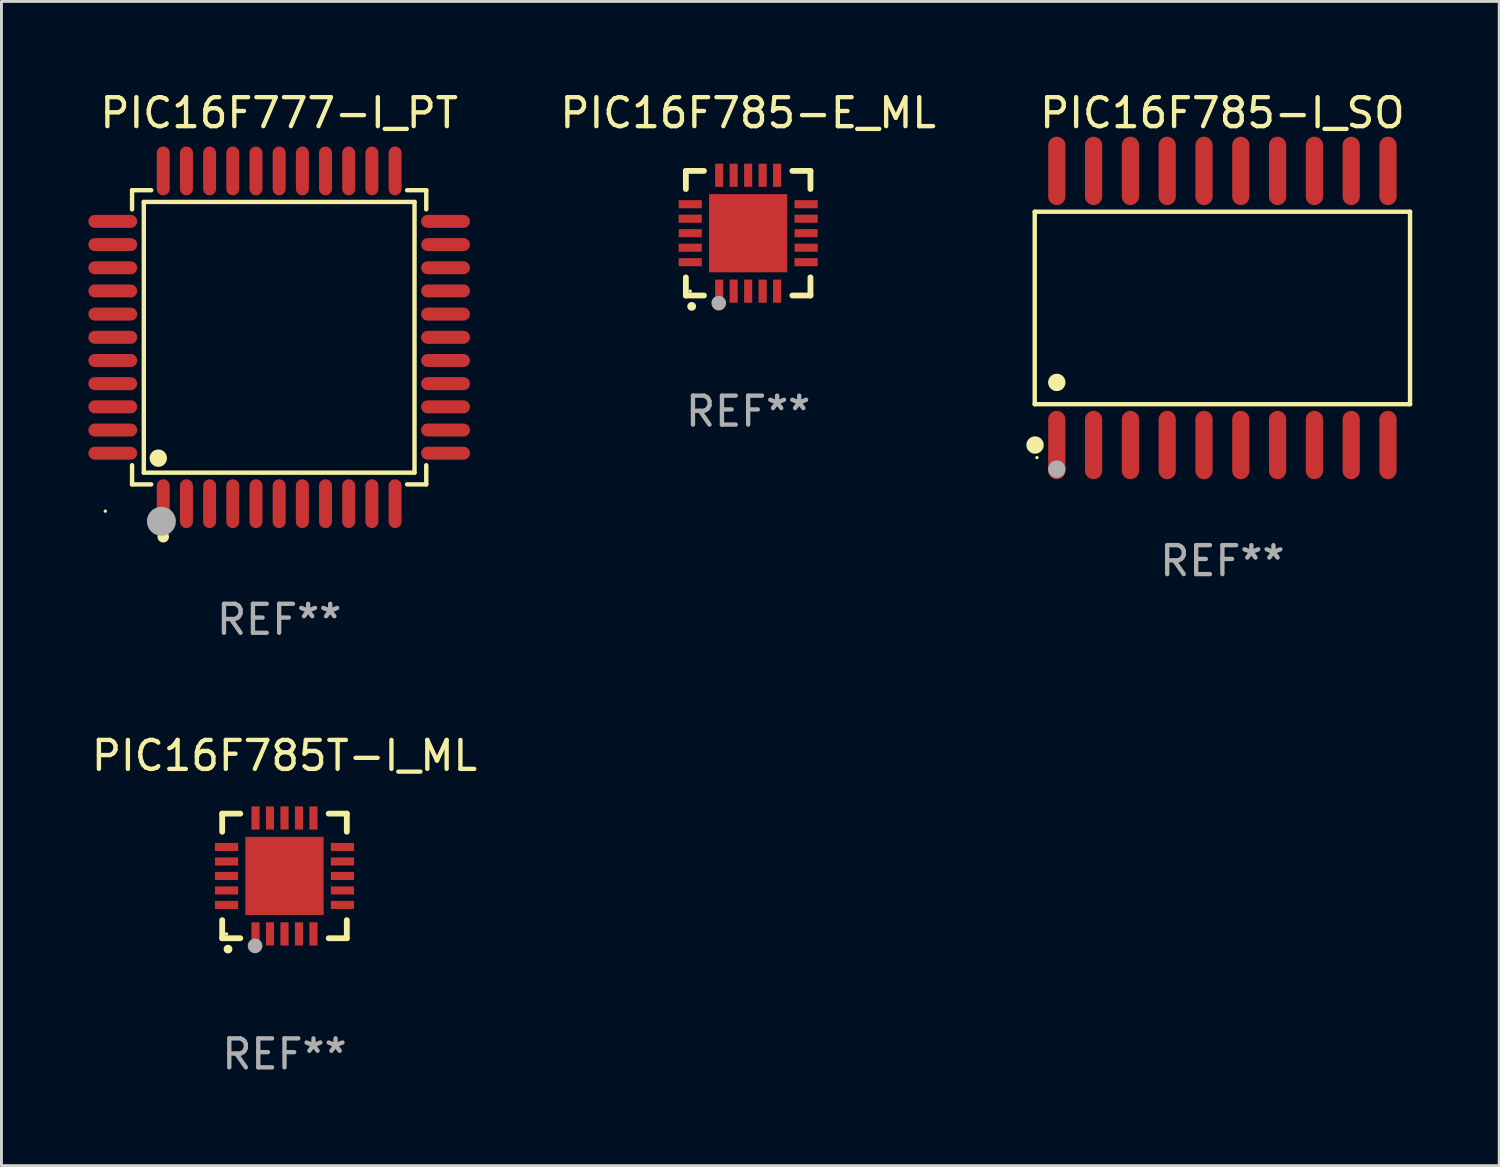
<source format=kicad_pcb>
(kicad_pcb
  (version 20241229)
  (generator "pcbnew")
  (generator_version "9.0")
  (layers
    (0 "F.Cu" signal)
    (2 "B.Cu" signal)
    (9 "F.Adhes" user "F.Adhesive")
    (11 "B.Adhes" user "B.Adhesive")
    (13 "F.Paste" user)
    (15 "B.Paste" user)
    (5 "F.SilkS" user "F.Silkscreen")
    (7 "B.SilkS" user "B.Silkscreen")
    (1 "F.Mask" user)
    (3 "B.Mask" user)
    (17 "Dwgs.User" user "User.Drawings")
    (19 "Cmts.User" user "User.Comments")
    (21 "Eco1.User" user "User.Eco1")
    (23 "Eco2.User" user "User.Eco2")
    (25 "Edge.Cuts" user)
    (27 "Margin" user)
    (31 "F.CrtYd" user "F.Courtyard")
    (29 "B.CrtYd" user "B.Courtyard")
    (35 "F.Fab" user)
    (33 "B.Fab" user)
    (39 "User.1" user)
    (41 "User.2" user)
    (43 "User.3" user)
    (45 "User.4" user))
  (footprint "PIC16F785-E_ML"
    (layer "F.Cu")
    (at 22.769 4.998)
    (property "Reference" "PIC16F785-E_ML" (at 0 -4.15 0) (layer "F.SilkS") (effects (font (size 1 1) (thickness 0.15))))
    (attr through_hole)
    (fp_line (start -2.15 -2.15) (end -2.15 -1.525) (stroke (width 0.2) (type solid)) (layer "F.SilkS"))
    (fp_line (start -2.15 2.15) (end -2.15 1.525) (stroke (width 0.2) (type solid)) (layer "F.SilkS"))
    (fp_line (start -1.525 -2.15) (end -2.15 -2.15) (stroke (width 0.2) (type solid)) (layer "F.SilkS"))
    (fp_line (start -1.525 2.15) (end -2.15 2.15) (stroke (width 0.2) (type solid)) (layer "F.SilkS"))
    (fp_line (start 1.525 2.15) (end 2.15 2.15) (stroke (width 0.2) (type solid)) (layer "F.SilkS"))
    (fp_line (start 2.15 -2.15) (end 1.525 -2.15) (stroke (width 0.2) (type solid)) (layer "F.SilkS"))
    (fp_line (start 2.15 -1.525) (end 2.15 -2.15) (stroke (width 0.2) (type solid)) (layer "F.SilkS"))
    (fp_line (start 2.15 2.15) (end 2.15 1.525) (stroke (width 0.2) (type solid)) (layer "F.SilkS"))
    (fp_arc (start -1.950724 2.524765) (mid -1.949454 2.52476) (end -1.948184 2.524765) (stroke (width 0.3) (type solid)) (layer "F.SilkS"))
    (fp_circle (center -2 2) (end -1.97 2) (stroke (width 0.06) (type solid)) (fill no) (layer "F.SilkS"))
    (fp_circle (center -1.016 2.413) (end -0.889 2.413) (stroke (width 0.254) (type solid)) (fill no) (layer "F.Fab"))
    (fp_text user "REF**" (at 0 6.15 0) (layer "F.Fab") (effects (font (size 1 1) (thickness 0.15))))
    (pad "1" smd rect (at -1 2) (size 0.28 0.8) (layers "F.Cu" "F.Mask" "F.Paste"))
    (pad "2" smd rect (at -0.5 2) (size 0.28 0.8) (layers "F.Cu" "F.Mask" "F.Paste"))
    (pad "3" smd rect (at 0 2) (size 0.28 0.8) (layers "F.Cu" "F.Mask" "F.Paste"))
    (pad "4" smd rect (at 0.5 2) (size 0.28 0.8) (layers "F.Cu" "F.Mask" "F.Paste"))
    (pad "5" smd rect (at 1 2) (size 0.28 0.8) (layers "F.Cu" "F.Mask" "F.Paste"))
    (pad "6" smd rect (at 2 1) (size 0.8 0.28) (layers "F.Cu" "F.Mask" "F.Paste"))
    (pad "7" smd rect (at 2 0.5) (size 0.8 0.28) (layers "F.Cu" "F.Mask" "F.Paste"))
    (pad "8" smd rect (at 2 0) (size 0.8 0.28) (layers "F.Cu" "F.Mask" "F.Paste"))
    (pad "9" smd rect (at 2 -0.5) (size 0.8 0.28) (layers "F.Cu" "F.Mask" "F.Paste"))
    (pad "10" smd rect (at 2 -1) (size 0.8 0.28) (layers "F.Cu" "F.Mask" "F.Paste"))
    (pad "11" smd rect (at 1 -2) (size 0.28 0.8) (layers "F.Cu" "F.Mask" "F.Paste"))
    (pad "12" smd rect (at 0.5 -2) (size 0.28 0.8) (layers "F.Cu" "F.Mask" "F.Paste"))
    (pad "13" smd rect (at 0 -2) (size 0.28 0.8) (layers "F.Cu" "F.Mask" "F.Paste"))
    (pad "14" smd rect (at -0.5 -2) (size 0.28 0.8) (layers "F.Cu" "F.Mask" "F.Paste"))
    (pad "15" smd rect (at -1 -2) (size 0.28 0.8) (layers "F.Cu" "F.Mask" "F.Paste"))
    (pad "16" smd rect (at -2 -1) (size 0.8 0.28) (layers "F.Cu" "F.Mask" "F.Paste"))
    (pad "17" smd rect (at -2 -0.5) (size 0.8 0.28) (layers "F.Cu" "F.Mask" "F.Paste"))
    (pad "18" smd rect (at -2 0) (size 0.8 0.28) (layers "F.Cu" "F.Mask" "F.Paste"))
    (pad "19" smd rect (at -2 0.5) (size 0.8 0.28) (layers "F.Cu" "F.Mask" "F.Paste"))
    (pad "20" smd rect (at -2 1) (size 0.8 0.28) (layers "F.Cu" "F.Mask" "F.Paste"))
    (pad "21" smd rect (at 0 0) (size 2.7 2.7) (layers "F.Cu" "F.Mask" "F.Paste")))
  (footprint "PIC16F785-I_SO"
    (layer "F.Cu")
    (at 39.135 7.578)
    (property "Reference" "PIC16F785-I_SO" (at 0 -6.73 0) (layer "F.SilkS") (effects (font (size 1 1) (thickness 0.15))))
    (attr through_hole)
    (fp_line (start -6.476 -3.321) (end 6.476 -3.321) (stroke (width 0.152) (type solid)) (layer "F.SilkS"))
    (fp_line (start -6.476 3.321) (end -6.476 -3.321) (stroke (width 0.152) (type solid)) (layer "F.SilkS"))
    (fp_line (start 6.476 -3.321) (end 6.476 3.321) (stroke (width 0.152) (type solid)) (layer "F.SilkS"))
    (fp_line (start 6.476 3.321) (end -6.476 3.321) (stroke (width 0.152) (type solid)) (layer "F.SilkS"))
    (fp_circle (center -6.465 4.73) (end -6.315 4.73) (stroke (width 0.3) (type solid)) (fill no) (layer "F.SilkS"))
    (fp_circle (center -6.4 5.163) (end -6.37 5.163) (stroke (width 0.06) (type solid)) (fill no) (layer "F.SilkS"))
    (fp_circle (center -5.715 2.569) (end -5.565 2.569) (stroke (width 0.3) (type solid)) (fill no) (layer "F.SilkS"))
    (fp_circle (center -5.715 5.563) (end -5.565 5.563) (stroke (width 0.3) (type solid)) (fill no) (layer "F.Fab"))
    (fp_text user "REF**" (at 0 8.73 0) (layer "F.Fab") (effects (font (size 1 1) (thickness 0.15))))
    (pad "1" smd oval (at -5.715 4.73) (size 0.595 2.36) (layers "F.Cu" "F.Mask" "F.Paste"))
    (pad "2" smd oval (at -4.445 4.73) (size 0.595 2.36) (layers "F.Cu" "F.Mask" "F.Paste"))
    (pad "3" smd oval (at -3.175 4.73) (size 0.595 2.36) (layers "F.Cu" "F.Mask" "F.Paste"))
    (pad "4" smd oval (at -1.905 4.73) (size 0.595 2.36) (layers "F.Cu" "F.Mask" "F.Paste"))
    (pad "5" smd oval (at -0.635 4.73) (size 0.595 2.36) (layers "F.Cu" "F.Mask" "F.Paste"))
    (pad "6" smd oval (at 0.635 4.73) (size 0.595 2.36) (layers "F.Cu" "F.Mask" "F.Paste"))
    (pad "7" smd oval (at 1.905 4.73) (size 0.595 2.36) (layers "F.Cu" "F.Mask" "F.Paste"))
    (pad "8" smd oval (at 3.175 4.73) (size 0.595 2.36) (layers "F.Cu" "F.Mask" "F.Paste"))
    (pad "9" smd oval (at 4.445 4.73) (size 0.595 2.36) (layers "F.Cu" "F.Mask" "F.Paste"))
    (pad "10" smd oval (at 5.715 4.73) (size 0.595 2.36) (layers "F.Cu" "F.Mask" "F.Paste"))
    (pad "11" smd oval (at 5.715 -4.73) (size 0.595 2.36) (layers "F.Cu" "F.Mask" "F.Paste"))
    (pad "12" smd oval (at 4.445 -4.73) (size 0.595 2.36) (layers "F.Cu" "F.Mask" "F.Paste"))
    (pad "13" smd oval (at 3.175 -4.73) (size 0.595 2.36) (layers "F.Cu" "F.Mask" "F.Paste"))
    (pad "14" smd oval (at 1.905 -4.73) (size 0.595 2.36) (layers "F.Cu" "F.Mask" "F.Paste"))
    (pad "15" smd oval (at 0.635 -4.73) (size 0.595 2.36) (layers "F.Cu" "F.Mask" "F.Paste"))
    (pad "16" smd oval (at -0.635 -4.73) (size 0.595 2.36) (layers "F.Cu" "F.Mask" "F.Paste"))
    (pad "17" smd oval (at -1.905 -4.73) (size 0.595 2.36) (layers "F.Cu" "F.Mask" "F.Paste"))
    (pad "18" smd oval (at -3.175 -4.73) (size 0.595 2.36) (layers "F.Cu" "F.Mask" "F.Paste"))
    (pad "19" smd oval (at -4.445 -4.73) (size 0.595 2.36) (layers "F.Cu" "F.Mask" "F.Paste"))
    (pad "20" smd oval (at -5.715 -4.73) (size 0.595 2.36) (layers "F.Cu" "F.Mask" "F.Paste")))
  (footprint "PIC16F777-I_PT"
    (layer "F.Cu")
    (at 6.584 8.59)
    (property "Reference" "PIC16F777-I_PT" (at 0 -7.742 0) (layer "F.SilkS") (effects (font (size 1 1) (thickness 0.15))))
    (attr through_hole)
    (fp_line (start -5.076 -5.076) (end -4.415 -5.076) (stroke (width 0.152) (type solid)) (layer "F.SilkS"))
    (fp_line (start -5.076 -4.415) (end -5.076 -5.076) (stroke (width 0.152) (type solid)) (layer "F.SilkS"))
    (fp_line (start -5.076 4.415) (end -5.076 5.076) (stroke (width 0.152) (type solid)) (layer "F.SilkS"))
    (fp_line (start -5.076 5.076) (end -4.415 5.076) (stroke (width 0.152) (type solid)) (layer "F.SilkS"))
    (fp_line (start -4.671 -4.671) (end 4.671 -4.671) (stroke (width 0.152) (type solid)) (layer "F.SilkS"))
    (fp_line (start -4.671 4.671) (end -4.671 -4.671) (stroke (width 0.152) (type solid)) (layer "F.SilkS"))
    (fp_line (start 4.671 -4.671) (end 4.671 4.671) (stroke (width 0.152) (type solid)) (layer "F.SilkS"))
    (fp_line (start 4.671 4.671) (end -4.671 4.671) (stroke (width 0.152) (type solid)) (layer "F.SilkS"))
    (fp_line (start 5.076 -5.076) (end 4.415 -5.076) (stroke (width 0.152) (type solid)) (layer "F.SilkS"))
    (fp_line (start 5.076 -4.415) (end 5.076 -5.076) (stroke (width 0.152) (type solid)) (layer "F.SilkS"))
    (fp_line (start 5.076 4.415) (end 5.076 5.076) (stroke (width 0.152) (type solid)) (layer "F.SilkS"))
    (fp_line (start 5.076 5.076) (end 4.415 5.076) (stroke (width 0.152) (type solid)) (layer "F.SilkS"))
    (fp_circle (center -6 6) (end -5.97 6) (stroke (width 0.06) (type solid)) (fill no) (layer "F.SilkS"))
    (fp_circle (center -4.171 4.171) (end -4.021 4.171) (stroke (width 0.3) (type solid)) (fill no) (layer "F.SilkS"))
    (fp_circle (center -4 6.884) (end -3.9 6.884) (stroke (width 0.2) (type solid)) (fill no) (layer "F.SilkS"))
    (fp_circle (center -4.064 6.35) (end -3.814 6.35) (stroke (width 0.5) (type solid)) (fill no) (layer "F.Fab"))
    (fp_text user "REF**" (at 0 9.742 0) (layer "F.Fab") (effects (font (size 1 1) (thickness 0.15))))
    (pad "1" smd oval (at -4 5.742) (size 0.448 1.684) (layers "F.Cu" "F.Mask" "F.Paste"))
    (pad "2" smd oval (at -3.2 5.742) (size 0.448 1.684) (layers "F.Cu" "F.Mask" "F.Paste"))
    (pad "3" smd oval (at -2.4 5.742) (size 0.448 1.684) (layers "F.Cu" "F.Mask" "F.Paste"))
    (pad "4" smd oval (at -1.6 5.742) (size 0.448 1.684) (layers "F.Cu" "F.Mask" "F.Paste"))
    (pad "5" smd oval (at -0.8 5.742) (size 0.448 1.684) (layers "F.Cu" "F.Mask" "F.Paste"))
    (pad "6" smd oval (at 0 5.742) (size 0.448 1.684) (layers "F.Cu" "F.Mask" "F.Paste"))
    (pad "7" smd oval (at 0.8 5.742) (size 0.448 1.684) (layers "F.Cu" "F.Mask" "F.Paste"))
    (pad "8" smd oval (at 1.6 5.742) (size 0.448 1.684) (layers "F.Cu" "F.Mask" "F.Paste"))
    (pad "9" smd oval (at 2.4 5.742) (size 0.448 1.684) (layers "F.Cu" "F.Mask" "F.Paste"))
    (pad "10" smd oval (at 3.2 5.742) (size 0.448 1.684) (layers "F.Cu" "F.Mask" "F.Paste"))
    (pad "11" smd oval (at 4 5.742) (size 0.448 1.684) (layers "F.Cu" "F.Mask" "F.Paste"))
    (pad "12" smd oval (at 5.742 4) (size 1.684 0.448) (layers "F.Cu" "F.Mask" "F.Paste"))
    (pad "13" smd oval (at 5.742 3.2) (size 1.684 0.448) (layers "F.Cu" "F.Mask" "F.Paste"))
    (pad "14" smd oval (at 5.742 2.4) (size 1.684 0.448) (layers "F.Cu" "F.Mask" "F.Paste"))
    (pad "15" smd oval (at 5.742 1.6) (size 1.684 0.448) (layers "F.Cu" "F.Mask" "F.Paste"))
    (pad "16" smd oval (at 5.742 0.8) (size 1.684 0.448) (layers "F.Cu" "F.Mask" "F.Paste"))
    (pad "17" smd oval (at 5.742 0) (size 1.684 0.448) (layers "F.Cu" "F.Mask" "F.Paste"))
    (pad "18" smd oval (at 5.742 -0.8) (size 1.684 0.448) (layers "F.Cu" "F.Mask" "F.Paste"))
    (pad "19" smd oval (at 5.742 -1.6) (size 1.684 0.448) (layers "F.Cu" "F.Mask" "F.Paste"))
    (pad "20" smd oval (at 5.742 -2.4) (size 1.684 0.448) (layers "F.Cu" "F.Mask" "F.Paste"))
    (pad "21" smd oval (at 5.742 -3.2) (size 1.684 0.448) (layers "F.Cu" "F.Mask" "F.Paste"))
    (pad "22" smd oval (at 5.742 -4) (size 1.684 0.448) (layers "F.Cu" "F.Mask" "F.Paste"))
    (pad "23" smd oval (at 4 -5.742) (size 0.448 1.684) (layers "F.Cu" "F.Mask" "F.Paste"))
    (pad "24" smd oval (at 3.2 -5.742) (size 0.448 1.684) (layers "F.Cu" "F.Mask" "F.Paste"))
    (pad "25" smd oval (at 2.4 -5.742) (size 0.448 1.684) (layers "F.Cu" "F.Mask" "F.Paste"))
    (pad "26" smd oval (at 1.6 -5.742) (size 0.448 1.684) (layers "F.Cu" "F.Mask" "F.Paste"))
    (pad "27" smd oval (at 0.8 -5.742) (size 0.448 1.684) (layers "F.Cu" "F.Mask" "F.Paste"))
    (pad "28" smd oval (at 0 -5.742) (size 0.448 1.684) (layers "F.Cu" "F.Mask" "F.Paste"))
    (pad "29" smd oval (at -0.8 -5.742) (size 0.448 1.684) (layers "F.Cu" "F.Mask" "F.Paste"))
    (pad "30" smd oval (at -1.6 -5.742) (size 0.448 1.684) (layers "F.Cu" "F.Mask" "F.Paste"))
    (pad "31" smd oval (at -2.4 -5.742) (size 0.448 1.684) (layers "F.Cu" "F.Mask" "F.Paste"))
    (pad "32" smd oval (at -3.2 -5.742) (size 0.448 1.684) (layers "F.Cu" "F.Mask" "F.Paste"))
    (pad "33" smd oval (at -4 -5.742) (size 0.448 1.684) (layers "F.Cu" "F.Mask" "F.Paste"))
    (pad "34" smd oval (at -5.742 -4) (size 1.684 0.448) (layers "F.Cu" "F.Mask" "F.Paste"))
    (pad "35" smd oval (at -5.742 -3.2) (size 1.684 0.448) (layers "F.Cu" "F.Mask" "F.Paste"))
    (pad "36" smd oval (at -5.742 -2.4) (size 1.684 0.448) (layers "F.Cu" "F.Mask" "F.Paste"))
    (pad "37" smd oval (at -5.742 -1.6) (size 1.684 0.448) (layers "F.Cu" "F.Mask" "F.Paste"))
    (pad "38" smd oval (at -5.742 -0.8) (size 1.684 0.448) (layers "F.Cu" "F.Mask" "F.Paste"))
    (pad "39" smd oval (at -5.742 0) (size 1.684 0.448) (layers "F.Cu" "F.Mask" "F.Paste"))
    (pad "40" smd oval (at -5.742 0.8) (size 1.684 0.448) (layers "F.Cu" "F.Mask" "F.Paste"))
    (pad "41" smd oval (at -5.742 1.6) (size 1.684 0.448) (layers "F.Cu" "F.Mask" "F.Paste"))
    (pad "42" smd oval (at -5.742 2.4) (size 1.684 0.448) (layers "F.Cu" "F.Mask" "F.Paste"))
    (pad "43" smd oval (at -5.742 3.2) (size 1.684 0.448) (layers "F.Cu" "F.Mask" "F.Paste"))
    (pad "44" smd oval (at -5.742 4) (size 1.684 0.448) (layers "F.Cu" "F.Mask" "F.Paste")))
  (footprint "PIC16F785T-I_ML"
    (layer "F.Cu")
    (at 6.768 27.179)
    (property "Reference" "PIC16F785T-I_ML" (at 0 -4.15 0) (layer "F.SilkS") (effects (font (size 1 1) (thickness 0.15))))
    (attr through_hole)
    (fp_line (start -2.15 -2.15) (end -2.15 -1.525) (stroke (width 0.2) (type solid)) (layer "F.SilkS"))
    (fp_line (start -2.15 2.15) (end -2.15 1.525) (stroke (width 0.2) (type solid)) (layer "F.SilkS"))
    (fp_line (start -1.525 -2.15) (end -2.15 -2.15) (stroke (width 0.2) (type solid)) (layer "F.SilkS"))
    (fp_line (start -1.525 2.15) (end -2.15 2.15) (stroke (width 0.2) (type solid)) (layer "F.SilkS"))
    (fp_line (start 1.525 2.15) (end 2.15 2.15) (stroke (width 0.2) (type solid)) (layer "F.SilkS"))
    (fp_line (start 2.15 -2.15) (end 1.525 -2.15) (stroke (width 0.2) (type solid)) (layer "F.SilkS"))
    (fp_line (start 2.15 -1.525) (end 2.15 -2.15) (stroke (width 0.2) (type solid)) (layer "F.SilkS"))
    (fp_line (start 2.15 2.15) (end 2.15 1.525) (stroke (width 0.2) (type solid)) (layer "F.SilkS"))
    (fp_arc (start -1.950724 2.524765) (mid -1.949454 2.52476) (end -1.948184 2.524765) (stroke (width 0.3) (type solid)) (layer "F.SilkS"))
    (fp_circle (center -2 2) (end -1.97 2) (stroke (width 0.06) (type solid)) (fill no) (layer "F.SilkS"))
    (fp_circle (center -1.016 2.413) (end -0.889 2.413) (stroke (width 0.254) (type solid)) (fill no) (layer "F.Fab"))
    (fp_text user "REF**" (at 0 6.15 0) (layer "F.Fab") (effects (font (size 1 1) (thickness 0.15))))
    (pad "1" smd rect (at -1 2) (size 0.28 0.8) (layers "F.Cu" "F.Mask" "F.Paste"))
    (pad "2" smd rect (at -0.5 2) (size 0.28 0.8) (layers "F.Cu" "F.Mask" "F.Paste"))
    (pad "3" smd rect (at 0 2) (size 0.28 0.8) (layers "F.Cu" "F.Mask" "F.Paste"))
    (pad "4" smd rect (at 0.5 2) (size 0.28 0.8) (layers "F.Cu" "F.Mask" "F.Paste"))
    (pad "5" smd rect (at 1 2) (size 0.28 0.8) (layers "F.Cu" "F.Mask" "F.Paste"))
    (pad "6" smd rect (at 2 1) (size 0.8 0.28) (layers "F.Cu" "F.Mask" "F.Paste"))
    (pad "7" smd rect (at 2 0.5) (size 0.8 0.28) (layers "F.Cu" "F.Mask" "F.Paste"))
    (pad "8" smd rect (at 2 0) (size 0.8 0.28) (layers "F.Cu" "F.Mask" "F.Paste"))
    (pad "9" smd rect (at 2 -0.5) (size 0.8 0.28) (layers "F.Cu" "F.Mask" "F.Paste"))
    (pad "10" smd rect (at 2 -1) (size 0.8 0.28) (layers "F.Cu" "F.Mask" "F.Paste"))
    (pad "11" smd rect (at 1 -2) (size 0.28 0.8) (layers "F.Cu" "F.Mask" "F.Paste"))
    (pad "12" smd rect (at 0.5 -2) (size 0.28 0.8) (layers "F.Cu" "F.Mask" "F.Paste"))
    (pad "13" smd rect (at 0 -2) (size 0.28 0.8) (layers "F.Cu" "F.Mask" "F.Paste"))
    (pad "14" smd rect (at -0.5 -2) (size 0.28 0.8) (layers "F.Cu" "F.Mask" "F.Paste"))
    (pad "15" smd rect (at -1 -2) (size 0.28 0.8) (layers "F.Cu" "F.Mask" "F.Paste"))
    (pad "16" smd rect (at -2 -1) (size 0.8 0.28) (layers "F.Cu" "F.Mask" "F.Paste"))
    (pad "17" smd rect (at -2 -0.5) (size 0.8 0.28) (layers "F.Cu" "F.Mask" "F.Paste"))
    (pad "18" smd rect (at -2 0) (size 0.8 0.28) (layers "F.Cu" "F.Mask" "F.Paste"))
    (pad "19" smd rect (at -2 0.5) (size 0.8 0.28) (layers "F.Cu" "F.Mask" "F.Paste"))
    (pad "20" smd rect (at -2 1) (size 0.8 0.28) (layers "F.Cu" "F.Mask" "F.Paste"))
    (pad "21" smd rect (at 0 0) (size 2.7 2.7) (layers "F.Cu" "F.Mask" "F.Paste")))
  (gr_rect
    (start -3 -3)
    (end 48.688 37.177)
    (stroke (width 0.1) (type default))
    (fill no)
    (layer "Edge.Cuts")))
</source>
